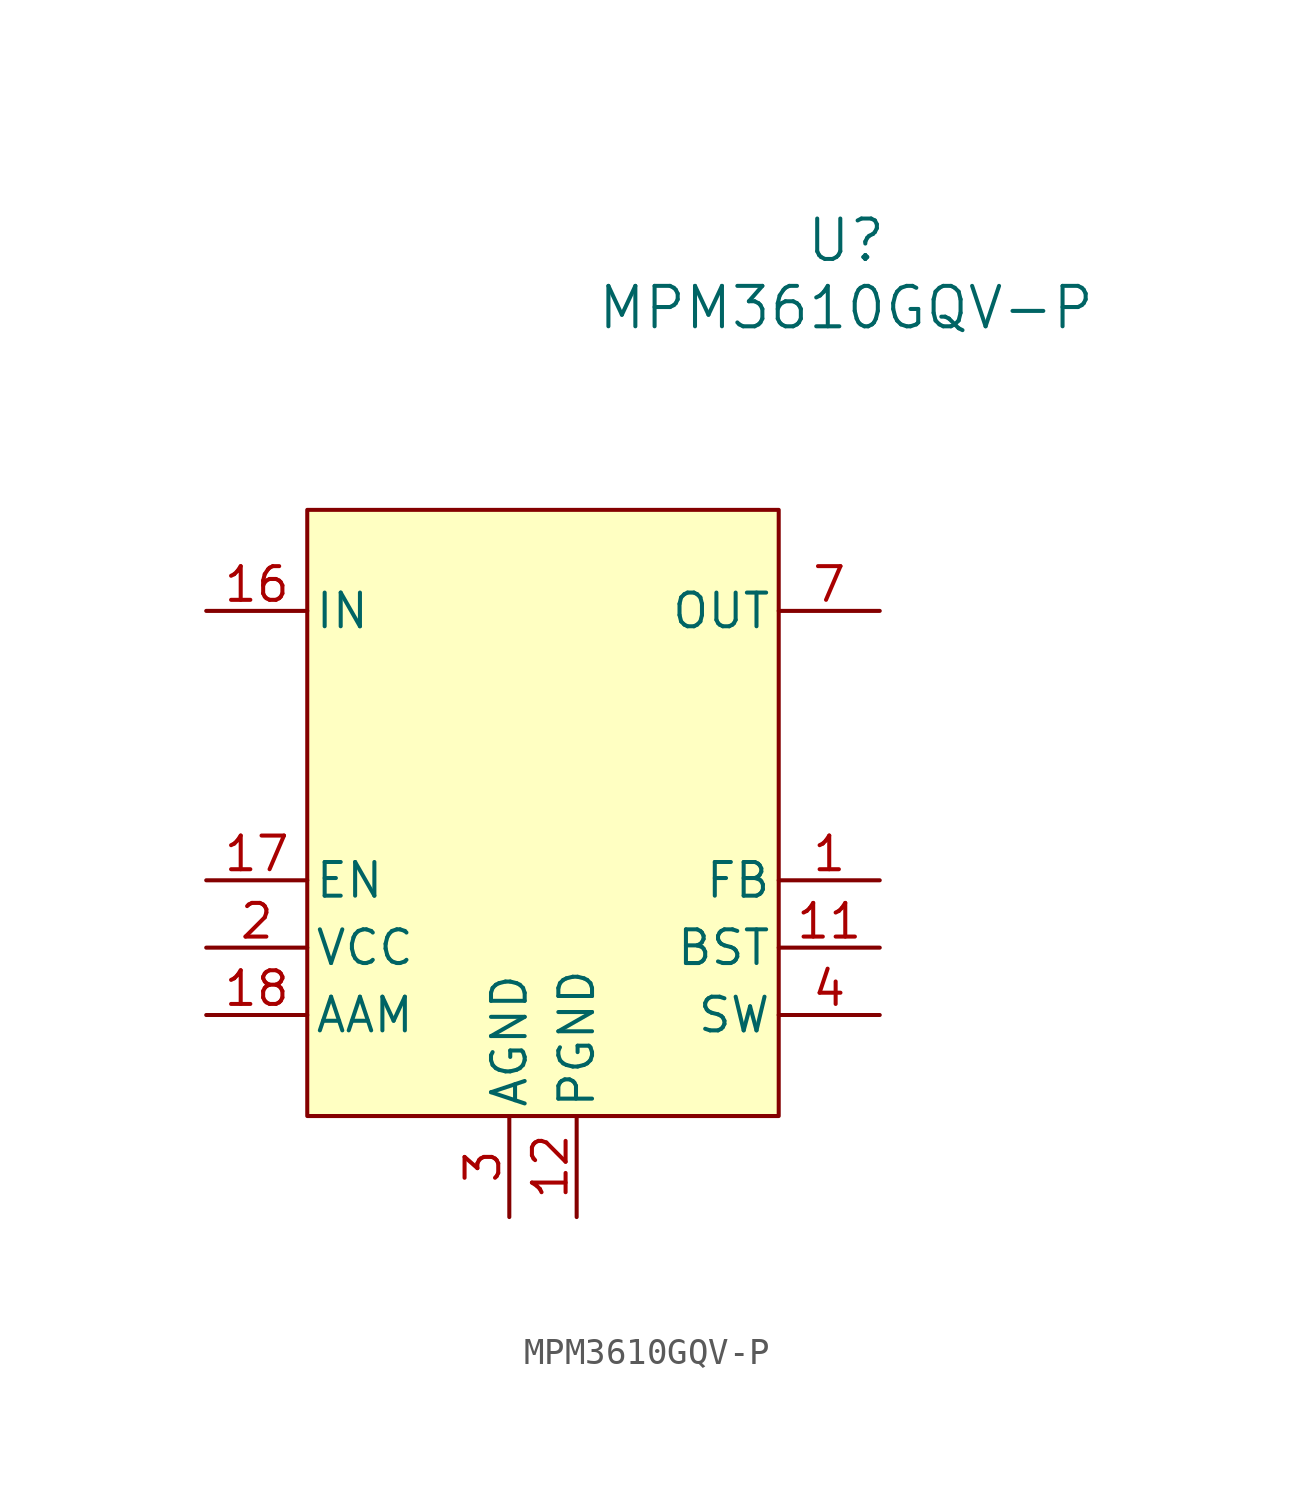
<source format=kicad_sym>
(kicad_symbol_lib
  (version 20220914)
  (generator kicad_symbol_editor)
  (symbol "MPM3610GQV-P"
    (pin_names
      (offset 0.254))
    (property "Reference" "U"
      (at 20.32 10.16 0)
      (effects (font (size 1.524 1.524))))
    (property "Value" "MPM3610GQV-P"
      (at 20.32 7.62 0)
      (effects (font (size 1.524 1.524))))
    (property "ki_locked" ""
      (at 0 0 0)
      (effects (font (size 1.27 1.27))))
    (symbol "MPM3610GQV-P_1_1"
      (rectangle (start 0 0) (end 17.78 -22.86) (stroke (width 0) (type default)) (fill (type background)))
      (pin unspecified line (at 21.59 -13.97 180) (length 3.81) (name "FB" (effects (font (size 1.27 1.27)))) (number "1" (effects (font (size 1.27 1.27)))))
      (pin no_connect line (at -3.81 -1.27 0) (length 3.81) hide (name "NC" (effects (font (size 1.27 1.27)))) (number "10" (effects (font (size 1.27 1.27)))))
      (pin unspecified line (at 21.59 -16.51 180) (length 3.81) (name "BST" (effects (font (size 1.27 1.27)))) (number "11" (effects (font (size 1.27 1.27)))))
      (pin power_in line (at 10.16 -26.67 90) (length 3.81) (name "PGND" (effects (font (size 1.27 1.27)))) (number "12" (effects (font (size 1.27 1.27)))))
      (pin passive line (at 10.16 -26.67 90) (length 3.81) hide (name "PGND" (effects (font (size 1.27 1.27)))) (number "13" (effects (font (size 1.27 1.27)))))
      (pin passive line (at 10.16 -26.67 90) (length 3.81) hide (name "PGND" (effects (font (size 1.27 1.27)))) (number "14" (effects (font (size 1.27 1.27)))))
      (pin no_connect line (at -3.81 -1.27 0) (length 3.81) hide (name "NC" (effects (font (size 1.27 1.27)))) (number "15" (effects (font (size 1.27 1.27)))))
      (pin power_in line (at -3.81 -3.81 0) (length 3.81) (name "IN" (effects (font (size 1.27 1.27)))) (number "16" (effects (font (size 1.27 1.27)))))
      (pin unspecified line (at -3.81 -13.97 0) (length 3.81) (name "EN" (effects (font (size 1.27 1.27)))) (number "17" (effects (font (size 1.27 1.27)))))
      (pin unspecified line (at -3.81 -19.05 0) (length 3.81) (name "AAM" (effects (font (size 1.27 1.27)))) (number "18" (effects (font (size 1.27 1.27)))))
      (pin no_connect line (at -3.81 -1.27 0) (length 3.81) hide (name "NC" (effects (font (size 1.27 1.27)))) (number "19" (effects (font (size 1.27 1.27)))))
      (pin power_in line (at -3.81 -16.51 0) (length 3.81) (name "VCC" (effects (font (size 1.27 1.27)))) (number "2" (effects (font (size 1.27 1.27)))))
      (pin no_connect line (at -3.81 -1.27 0) (length 3.81) hide (name "NC" (effects (font (size 1.27 1.27)))) (number "20" (effects (font (size 1.27 1.27)))))
      (pin power_in line (at 7.62 -26.67 90) (length 3.81) (name "AGND" (effects (font (size 1.27 1.27)))) (number "3" (effects (font (size 1.27 1.27)))))
      (pin power_in line (at 21.59 -19.05 180) (length 3.81) (name "SW" (effects (font (size 1.27 1.27)))) (number "4" (effects (font (size 1.27 1.27)))))
      (pin passive line (at 21.59 -19.05 180) (length 3.81) hide (name "SW" (effects (font (size 1.27 1.27)))) (number "5" (effects (font (size 1.27 1.27)))))
      (pin passive line (at 21.59 -19.05 180) (length 3.81) hide (name "SW" (effects (font (size 1.27 1.27)))) (number "6" (effects (font (size 1.27 1.27)))))
      (pin power_in line (at 21.59 -3.81 180) (length 3.81) (name "OUT" (effects (font (size 1.27 1.27)))) (number "7" (effects (font (size 1.27 1.27)))))
      (pin passive line (at 21.59 -3.81 180) (length 3.81) hide (name "OUT" (effects (font (size 1.27 1.27)))) (number "8" (effects (font (size 1.27 1.27)))))
      (pin passive line (at 21.59 -3.81 180) (length 3.81) hide (name "OUT" (effects (font (size 1.27 1.27)))) (number "9" (effects (font (size 1.27 1.27))))))))
</source>
